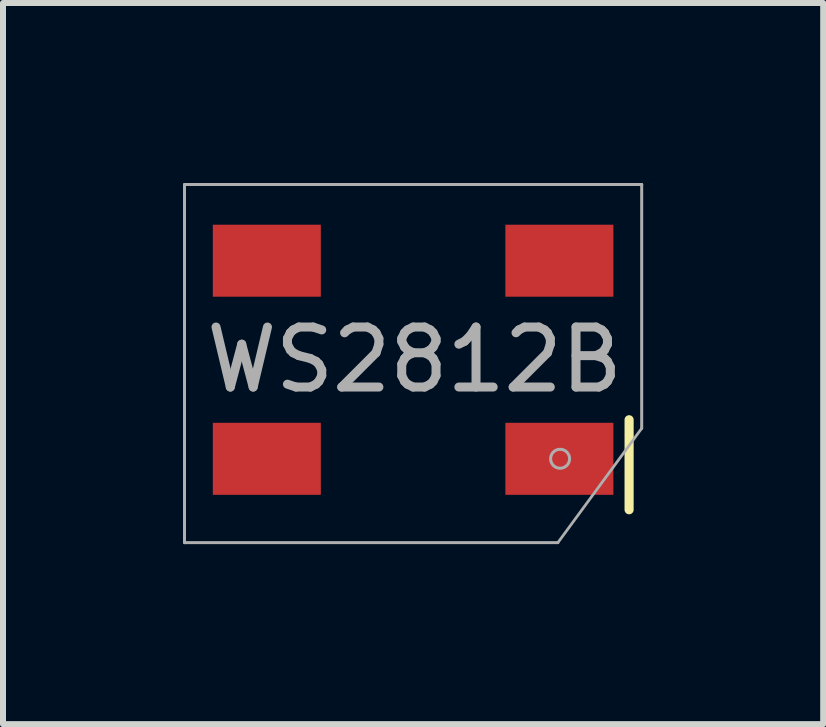
<source format=kicad_pcb>
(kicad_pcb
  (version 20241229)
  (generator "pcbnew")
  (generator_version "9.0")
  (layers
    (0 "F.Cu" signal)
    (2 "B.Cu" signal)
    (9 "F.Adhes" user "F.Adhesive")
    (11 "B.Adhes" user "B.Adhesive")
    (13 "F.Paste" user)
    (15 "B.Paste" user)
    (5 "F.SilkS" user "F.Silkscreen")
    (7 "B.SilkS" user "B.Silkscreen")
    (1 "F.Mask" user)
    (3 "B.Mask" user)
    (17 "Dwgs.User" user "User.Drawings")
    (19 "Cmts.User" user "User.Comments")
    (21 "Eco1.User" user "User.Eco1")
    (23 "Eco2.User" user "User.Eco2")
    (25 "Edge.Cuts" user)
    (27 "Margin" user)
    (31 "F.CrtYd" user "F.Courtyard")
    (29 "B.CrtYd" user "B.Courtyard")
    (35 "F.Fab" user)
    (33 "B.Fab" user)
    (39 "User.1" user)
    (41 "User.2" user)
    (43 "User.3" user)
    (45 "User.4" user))
  (footprint "WS2812B"
    (layer "F.Cu")
    (at 3.835 2.946)
    (property "Reference" "WS2812B" (at 0.025 0 0) (layer "F.Fab") (effects (font (size 1 1) (thickness 0.15))))
    (attr through_hole)
    (fp_line (start 3.6 1) (end 3.6 2.5) (stroke (width 0.152) (type solid)) (layer "F.SilkS"))
    (fp_line (start -3.81 -2.921) (end -3.81 3.048) (stroke (width 0.05) (type solid)) (layer "F.Fab"))
    (fp_line (start -3.81 3.048) (end 2.413 3.048) (stroke (width 0.05) (type solid)) (layer "F.Fab"))
    (fp_line (start 2.413 3.048) (end 3.81 1.143) (stroke (width 0.046) (type solid)) (layer "F.Fab"))
    (fp_line (start 3.81 -2.921) (end -3.81 -2.921) (stroke (width 0.05) (type solid)) (layer "F.Fab"))
    (fp_line (start 3.81 1.143) (end 3.81 -2.921) (stroke (width 0.05) (type solid)) (layer "F.Fab"))
    (fp_circle (center 2.45 1.65) (end 2.5 1.8) (stroke (width 0.05) (type solid)) (fill no) (layer "F.Fab"))
    (pad "1" smd rect (at -2.438 -1.651) (size 1.8 1.2) (layers "F.Cu" "F.Mask" "F.Paste"))
    (pad "2" smd rect (at -2.438 1.651) (size 1.8 1.2) (layers "F.Cu" "F.Mask" "F.Paste"))
    (pad "3" smd rect (at 2.438 1.651) (size 1.8 1.2) (layers "F.Cu" "F.Mask" "F.Paste"))
    (pad "4" smd rect (at 2.438 -1.651) (size 1.8 1.2) (layers "F.Cu" "F.Mask" "F.Paste")))
  (gr_rect
    (start -3 -3)
    (end 10.67 9.019)
    (stroke (width 0.1) (type default))
    (fill no)
    (layer "Edge.Cuts")))
</source>
